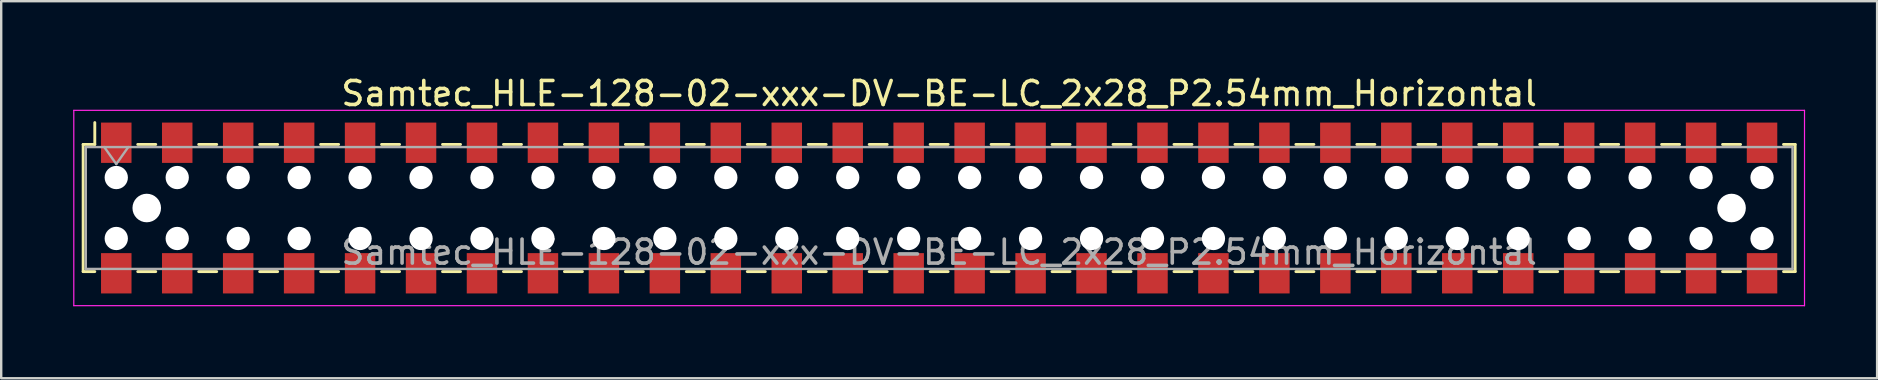
<source format=kicad_pcb>
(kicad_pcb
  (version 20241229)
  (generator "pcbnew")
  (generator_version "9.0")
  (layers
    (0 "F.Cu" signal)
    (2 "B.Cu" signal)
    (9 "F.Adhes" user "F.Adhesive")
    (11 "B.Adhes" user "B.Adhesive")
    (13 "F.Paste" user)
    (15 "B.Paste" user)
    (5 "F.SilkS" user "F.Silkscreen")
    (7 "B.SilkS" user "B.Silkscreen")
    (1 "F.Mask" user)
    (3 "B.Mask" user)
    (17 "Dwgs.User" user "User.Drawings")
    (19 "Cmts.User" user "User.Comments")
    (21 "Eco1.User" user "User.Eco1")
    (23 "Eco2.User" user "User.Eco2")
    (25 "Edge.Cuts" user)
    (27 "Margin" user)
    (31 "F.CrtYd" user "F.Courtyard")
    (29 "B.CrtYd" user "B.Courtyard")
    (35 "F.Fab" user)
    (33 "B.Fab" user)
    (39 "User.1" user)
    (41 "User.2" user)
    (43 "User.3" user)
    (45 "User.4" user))
  (footprint "Samtec_HLE-128-02-xxx-DV-BE-LC_2x28_P2.54mm_Horizontal"
    (layer "F.Cu")
    (at 36.085 5.618)
    (property "Reference" "Samtec_HLE-128-02-xxx-DV-BE-LC_2x28_P2.54mm_Horizontal" (at 0 -4.77 0) (layer "F.SilkS") (effects (font (size 1 1) (thickness 0.15))))
    (attr smd)
    (fp_line (start -35.67 -2.65) (end -35.67 2.65) (stroke (width 0.12) (type solid)) (layer "F.SilkS"))
    (fp_line (start -35.67 2.65) (end -35.185 2.65) (stroke (width 0.12) (type solid)) (layer "F.SilkS"))
    (fp_line (start -35.185 -3.56) (end -35.185 -2.65) (stroke (width 0.12) (type solid)) (layer "F.SilkS"))
    (fp_line (start -35.185 -2.65) (end -35.67 -2.65) (stroke (width 0.12) (type solid)) (layer "F.SilkS"))
    (fp_line (start -33.395 -2.65) (end -32.645 -2.65) (stroke (width 0.12) (type solid)) (layer "F.SilkS"))
    (fp_line (start -33.395 2.65) (end -32.645 2.65) (stroke (width 0.12) (type solid)) (layer "F.SilkS"))
    (fp_line (start -30.855 -2.65) (end -30.105 -2.65) (stroke (width 0.12) (type solid)) (layer "F.SilkS"))
    (fp_line (start -30.855 2.65) (end -30.105 2.65) (stroke (width 0.12) (type solid)) (layer "F.SilkS"))
    (fp_line (start -28.315 -2.65) (end -27.565 -2.65) (stroke (width 0.12) (type solid)) (layer "F.SilkS"))
    (fp_line (start -28.315 2.65) (end -27.565 2.65) (stroke (width 0.12) (type solid)) (layer "F.SilkS"))
    (fp_line (start -25.775 -2.65) (end -25.025 -2.65) (stroke (width 0.12) (type solid)) (layer "F.SilkS"))
    (fp_line (start -25.775 2.65) (end -25.025 2.65) (stroke (width 0.12) (type solid)) (layer "F.SilkS"))
    (fp_line (start -23.235 -2.65) (end -22.485 -2.65) (stroke (width 0.12) (type solid)) (layer "F.SilkS"))
    (fp_line (start -23.235 2.65) (end -22.485 2.65) (stroke (width 0.12) (type solid)) (layer "F.SilkS"))
    (fp_line (start -20.695 -2.65) (end -19.945 -2.65) (stroke (width 0.12) (type solid)) (layer "F.SilkS"))
    (fp_line (start -20.695 2.65) (end -19.945 2.65) (stroke (width 0.12) (type solid)) (layer "F.SilkS"))
    (fp_line (start -18.155 -2.65) (end -17.405 -2.65) (stroke (width 0.12) (type solid)) (layer "F.SilkS"))
    (fp_line (start -18.155 2.65) (end -17.405 2.65) (stroke (width 0.12) (type solid)) (layer "F.SilkS"))
    (fp_line (start -15.615 -2.65) (end -14.865 -2.65) (stroke (width 0.12) (type solid)) (layer "F.SilkS"))
    (fp_line (start -15.615 2.65) (end -14.865 2.65) (stroke (width 0.12) (type solid)) (layer "F.SilkS"))
    (fp_line (start -13.075 -2.65) (end -12.325 -2.65) (stroke (width 0.12) (type solid)) (layer "F.SilkS"))
    (fp_line (start -13.075 2.65) (end -12.325 2.65) (stroke (width 0.12) (type solid)) (layer "F.SilkS"))
    (fp_line (start -10.535 -2.65) (end -9.785 -2.65) (stroke (width 0.12) (type solid)) (layer "F.SilkS"))
    (fp_line (start -10.535 2.65) (end -9.785 2.65) (stroke (width 0.12) (type solid)) (layer "F.SilkS"))
    (fp_line (start -7.995 -2.65) (end -7.245 -2.65) (stroke (width 0.12) (type solid)) (layer "F.SilkS"))
    (fp_line (start -7.995 2.65) (end -7.245 2.65) (stroke (width 0.12) (type solid)) (layer "F.SilkS"))
    (fp_line (start -5.455 -2.65) (end -4.705 -2.65) (stroke (width 0.12) (type solid)) (layer "F.SilkS"))
    (fp_line (start -5.455 2.65) (end -4.705 2.65) (stroke (width 0.12) (type solid)) (layer "F.SilkS"))
    (fp_line (start -2.915 -2.65) (end -2.165 -2.65) (stroke (width 0.12) (type solid)) (layer "F.SilkS"))
    (fp_line (start -2.915 2.65) (end -2.165 2.65) (stroke (width 0.12) (type solid)) (layer "F.SilkS"))
    (fp_line (start -0.375 -2.65) (end 0.375 -2.65) (stroke (width 0.12) (type solid)) (layer "F.SilkS"))
    (fp_line (start -0.375 2.65) (end 0.375 2.65) (stroke (width 0.12) (type solid)) (layer "F.SilkS"))
    (fp_line (start 2.165 -2.65) (end 2.915 -2.65) (stroke (width 0.12) (type solid)) (layer "F.SilkS"))
    (fp_line (start 2.165 2.65) (end 2.915 2.65) (stroke (width 0.12) (type solid)) (layer "F.SilkS"))
    (fp_line (start 4.705 -2.65) (end 5.455 -2.65) (stroke (width 0.12) (type solid)) (layer "F.SilkS"))
    (fp_line (start 4.705 2.65) (end 5.455 2.65) (stroke (width 0.12) (type solid)) (layer "F.SilkS"))
    (fp_line (start 7.245 -2.65) (end 7.995 -2.65) (stroke (width 0.12) (type solid)) (layer "F.SilkS"))
    (fp_line (start 7.245 2.65) (end 7.995 2.65) (stroke (width 0.12) (type solid)) (layer "F.SilkS"))
    (fp_line (start 9.785 -2.65) (end 10.535 -2.65) (stroke (width 0.12) (type solid)) (layer "F.SilkS"))
    (fp_line (start 9.785 2.65) (end 10.535 2.65) (stroke (width 0.12) (type solid)) (layer "F.SilkS"))
    (fp_line (start 12.325 -2.65) (end 13.075 -2.65) (stroke (width 0.12) (type solid)) (layer "F.SilkS"))
    (fp_line (start 12.325 2.65) (end 13.075 2.65) (stroke (width 0.12) (type solid)) (layer "F.SilkS"))
    (fp_line (start 14.865 -2.65) (end 15.615 -2.65) (stroke (width 0.12) (type solid)) (layer "F.SilkS"))
    (fp_line (start 14.865 2.65) (end 15.615 2.65) (stroke (width 0.12) (type solid)) (layer "F.SilkS"))
    (fp_line (start 17.405 -2.65) (end 18.155 -2.65) (stroke (width 0.12) (type solid)) (layer "F.SilkS"))
    (fp_line (start 17.405 2.65) (end 18.155 2.65) (stroke (width 0.12) (type solid)) (layer "F.SilkS"))
    (fp_line (start 19.945 -2.65) (end 20.695 -2.65) (stroke (width 0.12) (type solid)) (layer "F.SilkS"))
    (fp_line (start 19.945 2.65) (end 20.695 2.65) (stroke (width 0.12) (type solid)) (layer "F.SilkS"))
    (fp_line (start 22.485 -2.65) (end 23.235 -2.65) (stroke (width 0.12) (type solid)) (layer "F.SilkS"))
    (fp_line (start 22.485 2.65) (end 23.235 2.65) (stroke (width 0.12) (type solid)) (layer "F.SilkS"))
    (fp_line (start 25.025 -2.65) (end 25.775 -2.65) (stroke (width 0.12) (type solid)) (layer "F.SilkS"))
    (fp_line (start 25.025 2.65) (end 25.775 2.65) (stroke (width 0.12) (type solid)) (layer "F.SilkS"))
    (fp_line (start 27.565 -2.65) (end 28.315 -2.65) (stroke (width 0.12) (type solid)) (layer "F.SilkS"))
    (fp_line (start 27.565 2.65) (end 28.315 2.65) (stroke (width 0.12) (type solid)) (layer "F.SilkS"))
    (fp_line (start 30.105 -2.65) (end 30.855 -2.65) (stroke (width 0.12) (type solid)) (layer "F.SilkS"))
    (fp_line (start 30.105 2.65) (end 30.855 2.65) (stroke (width 0.12) (type solid)) (layer "F.SilkS"))
    (fp_line (start 32.645 -2.65) (end 33.395 -2.65) (stroke (width 0.12) (type solid)) (layer "F.SilkS"))
    (fp_line (start 32.645 2.65) (end 33.395 2.65) (stroke (width 0.12) (type solid)) (layer "F.SilkS"))
    (fp_line (start 35.185 -2.65) (end 35.67 -2.65) (stroke (width 0.12) (type solid)) (layer "F.SilkS"))
    (fp_line (start 35.67 -2.65) (end 35.67 2.65) (stroke (width 0.12) (type solid)) (layer "F.SilkS"))
    (fp_line (start 35.67 2.65) (end 35.185 2.65) (stroke (width 0.12) (type solid)) (layer "F.SilkS"))
    (fp_line (start -36.06 -4.07) (end 36.06 -4.07) (stroke (width 0.05) (type solid)) (layer "F.CrtYd"))
    (fp_line (start -36.06 4.07) (end -36.06 -4.07) (stroke (width 0.05) (type solid)) (layer "F.CrtYd"))
    (fp_line (start 36.06 -4.07) (end 36.06 4.07) (stroke (width 0.05) (type solid)) (layer "F.CrtYd"))
    (fp_line (start 36.06 4.07) (end -36.06 4.07) (stroke (width 0.05) (type solid)) (layer "F.CrtYd"))
    (fp_line (start -35.56 -2.54) (end 35.56 -2.54) (stroke (width 0.1) (type solid)) (layer "F.Fab"))
    (fp_line (start -35.56 2.54) (end -35.56 -2.54) (stroke (width 0.1) (type solid)) (layer "F.Fab"))
    (fp_line (start -34.79 -2.54) (end -34.29 -1.833) (stroke (width 0.1) (type solid)) (layer "F.Fab"))
    (fp_line (start -34.29 -1.833) (end -33.79 -2.54) (stroke (width 0.1) (type solid)) (layer "F.Fab"))
    (fp_line (start 35.56 -2.54) (end 35.56 2.54) (stroke (width 0.1) (type solid)) (layer "F.Fab"))
    (fp_line (start 35.56 2.54) (end -35.56 2.54) (stroke (width 0.1) (type solid)) (layer "F.Fab"))
    (fp_text user "${REFERENCE}" (at 0 1.84 0) (layer "F.Fab") (effects (font (size 1 1) (thickness 0.15))))
    (pad "" np_thru_hole circle (at -34.29 -1.27) (size 0.97 0.97) (drill 0.97) (layers "*.Cu" "*.Mask"))
    (pad "" np_thru_hole circle (at -34.29 1.27) (size 0.97 0.97) (drill 0.97) (layers "*.Cu" "*.Mask"))
    (pad "" np_thru_hole circle (at -33.02 0) (size 1.19 1.19) (drill 1.19) (layers "*.Cu" "*.Mask"))
    (pad "" np_thru_hole circle (at -31.75 -1.27) (size 0.97 0.97) (drill 0.97) (layers "*.Cu" "*.Mask"))
    (pad "" np_thru_hole circle (at -31.75 1.27) (size 0.97 0.97) (drill 0.97) (layers "*.Cu" "*.Mask"))
    (pad "" np_thru_hole circle (at -29.21 -1.27) (size 0.97 0.97) (drill 0.97) (layers "*.Cu" "*.Mask"))
    (pad "" np_thru_hole circle (at -29.21 1.27) (size 0.97 0.97) (drill 0.97) (layers "*.Cu" "*.Mask"))
    (pad "" np_thru_hole circle (at -26.67 -1.27) (size 0.97 0.97) (drill 0.97) (layers "*.Cu" "*.Mask"))
    (pad "" np_thru_hole circle (at -26.67 1.27) (size 0.97 0.97) (drill 0.97) (layers "*.Cu" "*.Mask"))
    (pad "" np_thru_hole circle (at -24.13 -1.27) (size 0.97 0.97) (drill 0.97) (layers "*.Cu" "*.Mask"))
    (pad "" np_thru_hole circle (at -24.13 1.27) (size 0.97 0.97) (drill 0.97) (layers "*.Cu" "*.Mask"))
    (pad "" np_thru_hole circle (at -21.59 -1.27) (size 0.97 0.97) (drill 0.97) (layers "*.Cu" "*.Mask"))
    (pad "" np_thru_hole circle (at -21.59 1.27) (size 0.97 0.97) (drill 0.97) (layers "*.Cu" "*.Mask"))
    (pad "" np_thru_hole circle (at -19.05 -1.27) (size 0.97 0.97) (drill 0.97) (layers "*.Cu" "*.Mask"))
    (pad "" np_thru_hole circle (at -19.05 1.27) (size 0.97 0.97) (drill 0.97) (layers "*.Cu" "*.Mask"))
    (pad "" np_thru_hole circle (at -16.51 -1.27) (size 0.97 0.97) (drill 0.97) (layers "*.Cu" "*.Mask"))
    (pad "" np_thru_hole circle (at -16.51 1.27) (size 0.97 0.97) (drill 0.97) (layers "*.Cu" "*.Mask"))
    (pad "" np_thru_hole circle (at -13.97 -1.27) (size 0.97 0.97) (drill 0.97) (layers "*.Cu" "*.Mask"))
    (pad "" np_thru_hole circle (at -13.97 1.27) (size 0.97 0.97) (drill 0.97) (layers "*.Cu" "*.Mask"))
    (pad "" np_thru_hole circle (at -11.43 -1.27) (size 0.97 0.97) (drill 0.97) (layers "*.Cu" "*.Mask"))
    (pad "" np_thru_hole circle (at -11.43 1.27) (size 0.97 0.97) (drill 0.97) (layers "*.Cu" "*.Mask"))
    (pad "" np_thru_hole circle (at -8.89 -1.27) (size 0.97 0.97) (drill 0.97) (layers "*.Cu" "*.Mask"))
    (pad "" np_thru_hole circle (at -8.89 1.27) (size 0.97 0.97) (drill 0.97) (layers "*.Cu" "*.Mask"))
    (pad "" np_thru_hole circle (at -6.35 -1.27) (size 0.97 0.97) (drill 0.97) (layers "*.Cu" "*.Mask"))
    (pad "" np_thru_hole circle (at -6.35 1.27) (size 0.97 0.97) (drill 0.97) (layers "*.Cu" "*.Mask"))
    (pad "" np_thru_hole circle (at -3.81 -1.27) (size 0.97 0.97) (drill 0.97) (layers "*.Cu" "*.Mask"))
    (pad "" np_thru_hole circle (at -3.81 1.27) (size 0.97 0.97) (drill 0.97) (layers "*.Cu" "*.Mask"))
    (pad "" np_thru_hole circle (at -1.27 -1.27) (size 0.97 0.97) (drill 0.97) (layers "*.Cu" "*.Mask"))
    (pad "" np_thru_hole circle (at -1.27 1.27) (size 0.97 0.97) (drill 0.97) (layers "*.Cu" "*.Mask"))
    (pad "" np_thru_hole circle (at 1.27 -1.27) (size 0.97 0.97) (drill 0.97) (layers "*.Cu" "*.Mask"))
    (pad "" np_thru_hole circle (at 1.27 1.27) (size 0.97 0.97) (drill 0.97) (layers "*.Cu" "*.Mask"))
    (pad "" np_thru_hole circle (at 3.81 -1.27) (size 0.97 0.97) (drill 0.97) (layers "*.Cu" "*.Mask"))
    (pad "" np_thru_hole circle (at 3.81 1.27) (size 0.97 0.97) (drill 0.97) (layers "*.Cu" "*.Mask"))
    (pad "" np_thru_hole circle (at 6.35 -1.27) (size 0.97 0.97) (drill 0.97) (layers "*.Cu" "*.Mask"))
    (pad "" np_thru_hole circle (at 6.35 1.27) (size 0.97 0.97) (drill 0.97) (layers "*.Cu" "*.Mask"))
    (pad "" np_thru_hole circle (at 8.89 -1.27) (size 0.97 0.97) (drill 0.97) (layers "*.Cu" "*.Mask"))
    (pad "" np_thru_hole circle (at 8.89 1.27) (size 0.97 0.97) (drill 0.97) (layers "*.Cu" "*.Mask"))
    (pad "" np_thru_hole circle (at 11.43 -1.27) (size 0.97 0.97) (drill 0.97) (layers "*.Cu" "*.Mask"))
    (pad "" np_thru_hole circle (at 11.43 1.27) (size 0.97 0.97) (drill 0.97) (layers "*.Cu" "*.Mask"))
    (pad "" np_thru_hole circle (at 13.97 -1.27) (size 0.97 0.97) (drill 0.97) (layers "*.Cu" "*.Mask"))
    (pad "" np_thru_hole circle (at 13.97 1.27) (size 0.97 0.97) (drill 0.97) (layers "*.Cu" "*.Mask"))
    (pad "" np_thru_hole circle (at 16.51 -1.27) (size 0.97 0.97) (drill 0.97) (layers "*.Cu" "*.Mask"))
    (pad "" np_thru_hole circle (at 16.51 1.27) (size 0.97 0.97) (drill 0.97) (layers "*.Cu" "*.Mask"))
    (pad "" np_thru_hole circle (at 19.05 -1.27) (size 0.97 0.97) (drill 0.97) (layers "*.Cu" "*.Mask"))
    (pad "" np_thru_hole circle (at 19.05 1.27) (size 0.97 0.97) (drill 0.97) (layers "*.Cu" "*.Mask"))
    (pad "" np_thru_hole circle (at 21.59 -1.27) (size 0.97 0.97) (drill 0.97) (layers "*.Cu" "*.Mask"))
    (pad "" np_thru_hole circle (at 21.59 1.27) (size 0.97 0.97) (drill 0.97) (layers "*.Cu" "*.Mask"))
    (pad "" np_thru_hole circle (at 24.13 -1.27) (size 0.97 0.97) (drill 0.97) (layers "*.Cu" "*.Mask"))
    (pad "" np_thru_hole circle (at 24.13 1.27) (size 0.97 0.97) (drill 0.97) (layers "*.Cu" "*.Mask"))
    (pad "" np_thru_hole circle (at 26.67 -1.27) (size 0.97 0.97) (drill 0.97) (layers "*.Cu" "*.Mask"))
    (pad "" np_thru_hole circle (at 26.67 1.27) (size 0.97 0.97) (drill 0.97) (layers "*.Cu" "*.Mask"))
    (pad "" np_thru_hole circle (at 29.21 -1.27) (size 0.97 0.97) (drill 0.97) (layers "*.Cu" "*.Mask"))
    (pad "" np_thru_hole circle (at 29.21 1.27) (size 0.97 0.97) (drill 0.97) (layers "*.Cu" "*.Mask"))
    (pad "" np_thru_hole circle (at 31.75 -1.27) (size 0.97 0.97) (drill 0.97) (layers "*.Cu" "*.Mask"))
    (pad "" np_thru_hole circle (at 31.75 1.27) (size 0.97 0.97) (drill 0.97) (layers "*.Cu" "*.Mask"))
    (pad "" np_thru_hole circle (at 33.02 0) (size 1.19 1.19) (drill 1.19) (layers "*.Cu" "*.Mask"))
    (pad "" np_thru_hole circle (at 34.29 -1.27) (size 0.97 0.97) (drill 0.97) (layers "*.Cu" "*.Mask"))
    (pad "" np_thru_hole circle (at 34.29 1.27) (size 0.97 0.97) (drill 0.97) (layers "*.Cu" "*.Mask"))
    (pad "1" smd rect (at -34.29 -2.72) (size 1.27 1.68) (layers "F.Cu" "F.Mask" "F.Paste"))
    (pad "2" smd rect (at -34.29 2.72) (size 1.27 1.68) (layers "F.Cu" "F.Mask" "F.Paste"))
    (pad "3" smd rect (at -31.75 -2.72) (size 1.27 1.68) (layers "F.Cu" "F.Mask" "F.Paste"))
    (pad "4" smd rect (at -31.75 2.72) (size 1.27 1.68) (layers "F.Cu" "F.Mask" "F.Paste"))
    (pad "5" smd rect (at -29.21 -2.72) (size 1.27 1.68) (layers "F.Cu" "F.Mask" "F.Paste"))
    (pad "6" smd rect (at -29.21 2.72) (size 1.27 1.68) (layers "F.Cu" "F.Mask" "F.Paste"))
    (pad "7" smd rect (at -26.67 -2.72) (size 1.27 1.68) (layers "F.Cu" "F.Mask" "F.Paste"))
    (pad "8" smd rect (at -26.67 2.72) (size 1.27 1.68) (layers "F.Cu" "F.Mask" "F.Paste"))
    (pad "9" smd rect (at -24.13 -2.72) (size 1.27 1.68) (layers "F.Cu" "F.Mask" "F.Paste"))
    (pad "10" smd rect (at -24.13 2.72) (size 1.27 1.68) (layers "F.Cu" "F.Mask" "F.Paste"))
    (pad "11" smd rect (at -21.59 -2.72) (size 1.27 1.68) (layers "F.Cu" "F.Mask" "F.Paste"))
    (pad "12" smd rect (at -21.59 2.72) (size 1.27 1.68) (layers "F.Cu" "F.Mask" "F.Paste"))
    (pad "13" smd rect (at -19.05 -2.72) (size 1.27 1.68) (layers "F.Cu" "F.Mask" "F.Paste"))
    (pad "14" smd rect (at -19.05 2.72) (size 1.27 1.68) (layers "F.Cu" "F.Mask" "F.Paste"))
    (pad "15" smd rect (at -16.51 -2.72) (size 1.27 1.68) (layers "F.Cu" "F.Mask" "F.Paste"))
    (pad "16" smd rect (at -16.51 2.72) (size 1.27 1.68) (layers "F.Cu" "F.Mask" "F.Paste"))
    (pad "17" smd rect (at -13.97 -2.72) (size 1.27 1.68) (layers "F.Cu" "F.Mask" "F.Paste"))
    (pad "18" smd rect (at -13.97 2.72) (size 1.27 1.68) (layers "F.Cu" "F.Mask" "F.Paste"))
    (pad "19" smd rect (at -11.43 -2.72) (size 1.27 1.68) (layers "F.Cu" "F.Mask" "F.Paste"))
    (pad "20" smd rect (at -11.43 2.72) (size 1.27 1.68) (layers "F.Cu" "F.Mask" "F.Paste"))
    (pad "21" smd rect (at -8.89 -2.72) (size 1.27 1.68) (layers "F.Cu" "F.Mask" "F.Paste"))
    (pad "22" smd rect (at -8.89 2.72) (size 1.27 1.68) (layers "F.Cu" "F.Mask" "F.Paste"))
    (pad "23" smd rect (at -6.35 -2.72) (size 1.27 1.68) (layers "F.Cu" "F.Mask" "F.Paste"))
    (pad "24" smd rect (at -6.35 2.72) (size 1.27 1.68) (layers "F.Cu" "F.Mask" "F.Paste"))
    (pad "25" smd rect (at -3.81 -2.72) (size 1.27 1.68) (layers "F.Cu" "F.Mask" "F.Paste"))
    (pad "26" smd rect (at -3.81 2.72) (size 1.27 1.68) (layers "F.Cu" "F.Mask" "F.Paste"))
    (pad "27" smd rect (at -1.27 -2.72) (size 1.27 1.68) (layers "F.Cu" "F.Mask" "F.Paste"))
    (pad "28" smd rect (at -1.27 2.72) (size 1.27 1.68) (layers "F.Cu" "F.Mask" "F.Paste"))
    (pad "29" smd rect (at 1.27 -2.72) (size 1.27 1.68) (layers "F.Cu" "F.Mask" "F.Paste"))
    (pad "30" smd rect (at 1.27 2.72) (size 1.27 1.68) (layers "F.Cu" "F.Mask" "F.Paste"))
    (pad "31" smd rect (at 3.81 -2.72) (size 1.27 1.68) (layers "F.Cu" "F.Mask" "F.Paste"))
    (pad "32" smd rect (at 3.81 2.72) (size 1.27 1.68) (layers "F.Cu" "F.Mask" "F.Paste"))
    (pad "33" smd rect (at 6.35 -2.72) (size 1.27 1.68) (layers "F.Cu" "F.Mask" "F.Paste"))
    (pad "34" smd rect (at 6.35 2.72) (size 1.27 1.68) (layers "F.Cu" "F.Mask" "F.Paste"))
    (pad "35" smd rect (at 8.89 -2.72) (size 1.27 1.68) (layers "F.Cu" "F.Mask" "F.Paste"))
    (pad "36" smd rect (at 8.89 2.72) (size 1.27 1.68) (layers "F.Cu" "F.Mask" "F.Paste"))
    (pad "37" smd rect (at 11.43 -2.72) (size 1.27 1.68) (layers "F.Cu" "F.Mask" "F.Paste"))
    (pad "38" smd rect (at 11.43 2.72) (size 1.27 1.68) (layers "F.Cu" "F.Mask" "F.Paste"))
    (pad "39" smd rect (at 13.97 -2.72) (size 1.27 1.68) (layers "F.Cu" "F.Mask" "F.Paste"))
    (pad "40" smd rect (at 13.97 2.72) (size 1.27 1.68) (layers "F.Cu" "F.Mask" "F.Paste"))
    (pad "41" smd rect (at 16.51 -2.72) (size 1.27 1.68) (layers "F.Cu" "F.Mask" "F.Paste"))
    (pad "42" smd rect (at 16.51 2.72) (size 1.27 1.68) (layers "F.Cu" "F.Mask" "F.Paste"))
    (pad "43" smd rect (at 19.05 -2.72) (size 1.27 1.68) (layers "F.Cu" "F.Mask" "F.Paste"))
    (pad "44" smd rect (at 19.05 2.72) (size 1.27 1.68) (layers "F.Cu" "F.Mask" "F.Paste"))
    (pad "45" smd rect (at 21.59 -2.72) (size 1.27 1.68) (layers "F.Cu" "F.Mask" "F.Paste"))
    (pad "46" smd rect (at 21.59 2.72) (size 1.27 1.68) (layers "F.Cu" "F.Mask" "F.Paste"))
    (pad "47" smd rect (at 24.13 -2.72) (size 1.27 1.68) (layers "F.Cu" "F.Mask" "F.Paste"))
    (pad "48" smd rect (at 24.13 2.72) (size 1.27 1.68) (layers "F.Cu" "F.Mask" "F.Paste"))
    (pad "49" smd rect (at 26.67 -2.72) (size 1.27 1.68) (layers "F.Cu" "F.Mask" "F.Paste"))
    (pad "50" smd rect (at 26.67 2.72) (size 1.27 1.68) (layers "F.Cu" "F.Mask" "F.Paste"))
    (pad "51" smd rect (at 29.21 -2.72) (size 1.27 1.68) (layers "F.Cu" "F.Mask" "F.Paste"))
    (pad "52" smd rect (at 29.21 2.72) (size 1.27 1.68) (layers "F.Cu" "F.Mask" "F.Paste"))
    (pad "53" smd rect (at 31.75 -2.72) (size 1.27 1.68) (layers "F.Cu" "F.Mask" "F.Paste"))
    (pad "54" smd rect (at 31.75 2.72) (size 1.27 1.68) (layers "F.Cu" "F.Mask" "F.Paste"))
    (pad "55" smd rect (at 34.29 -2.72) (size 1.27 1.68) (layers "F.Cu" "F.Mask" "F.Paste"))
    (pad "56" smd rect (at 34.29 2.72) (size 1.27 1.68) (layers "F.Cu" "F.Mask" "F.Paste")))
  (gr_rect
    (start -3 -3)
    (end 75.17 12.713)
    (stroke (width 0.1) (type default))
    (fill no)
    (layer "Edge.Cuts")))
</source>
